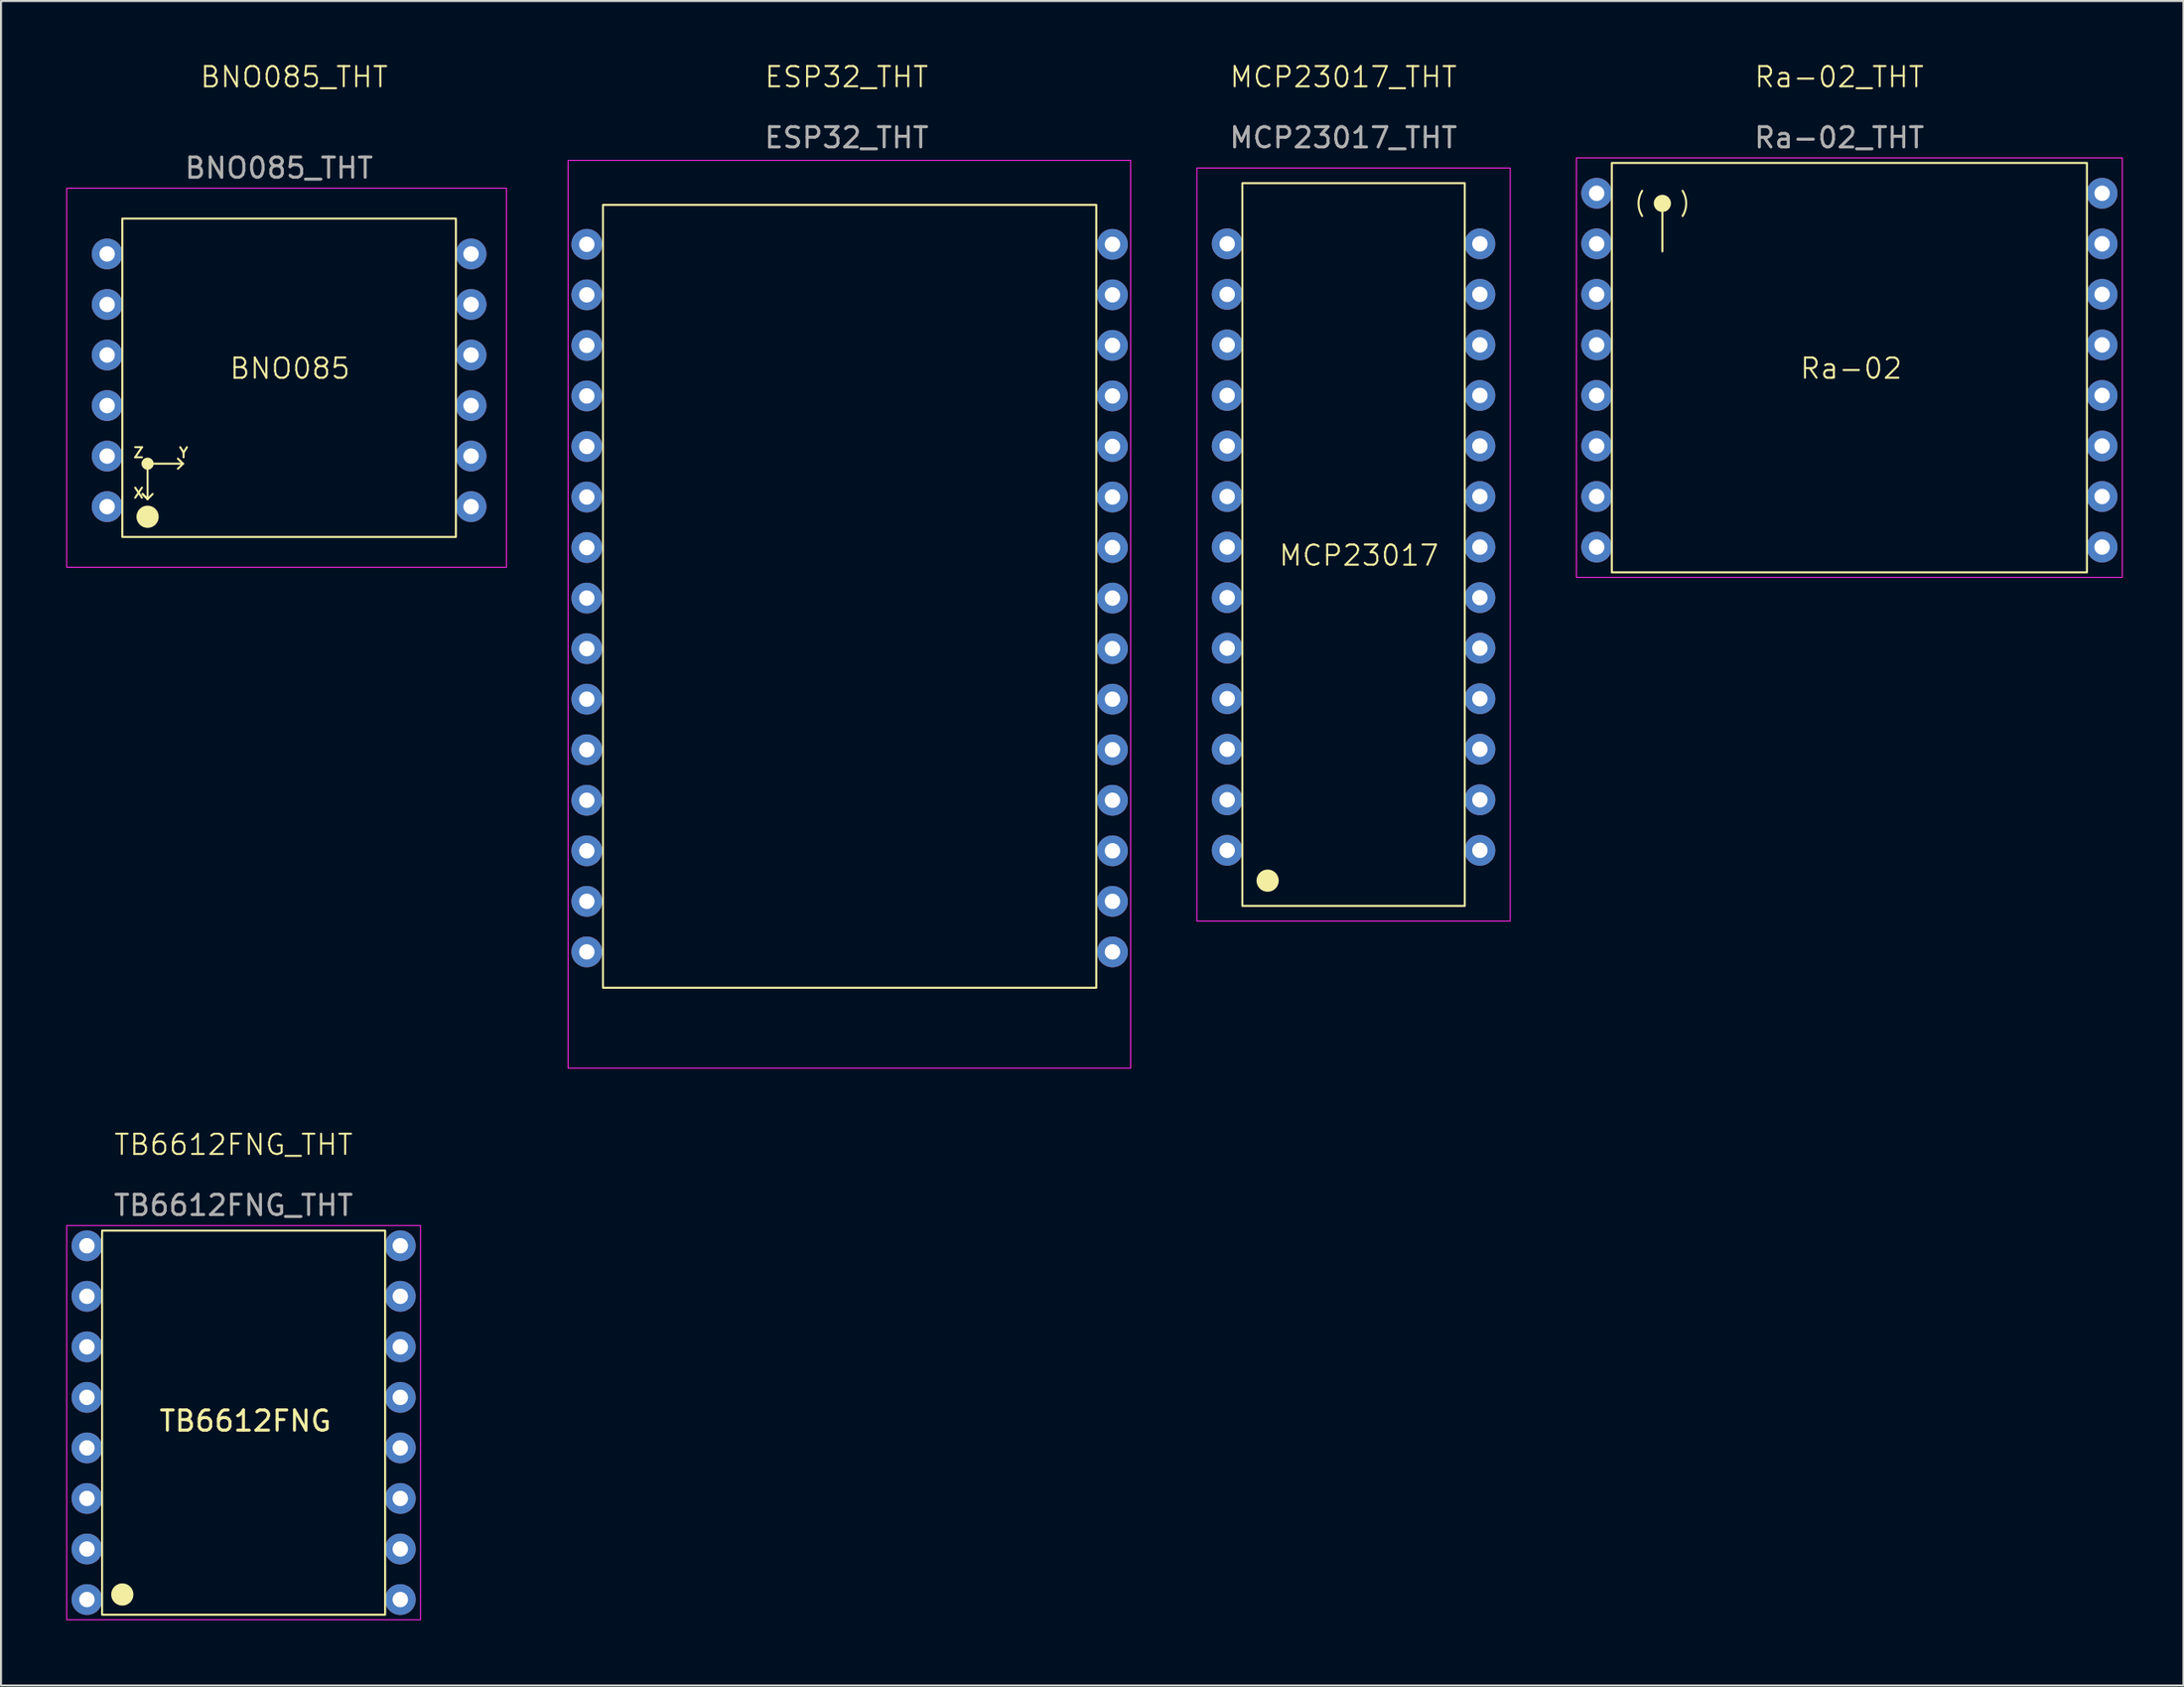
<source format=kicad_pcb>
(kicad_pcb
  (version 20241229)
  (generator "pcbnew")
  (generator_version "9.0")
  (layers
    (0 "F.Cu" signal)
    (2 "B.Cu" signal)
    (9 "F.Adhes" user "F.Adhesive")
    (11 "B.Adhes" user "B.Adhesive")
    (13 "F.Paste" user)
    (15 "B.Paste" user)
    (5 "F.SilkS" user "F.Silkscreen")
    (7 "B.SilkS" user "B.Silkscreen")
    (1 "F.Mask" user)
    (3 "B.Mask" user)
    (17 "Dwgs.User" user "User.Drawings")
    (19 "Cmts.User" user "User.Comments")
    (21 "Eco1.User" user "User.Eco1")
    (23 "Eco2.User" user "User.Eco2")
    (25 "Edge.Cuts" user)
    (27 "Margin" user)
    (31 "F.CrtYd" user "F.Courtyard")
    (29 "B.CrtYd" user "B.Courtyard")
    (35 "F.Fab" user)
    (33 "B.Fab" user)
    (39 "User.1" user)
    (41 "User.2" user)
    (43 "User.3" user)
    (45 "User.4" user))
  (footprint "ESP32_THT"
    (layer "F.Cu")
    (at 25.975 44.035)
    (property "Reference" "ESP32_THT" (at 12.85 -43.275 0) (unlocked yes) (layer "F.SilkS") (effects (font (size 1 1) (thickness 0.1))))
    (attr through_hole)
    (fp_rect (start 0.8 -36.95) (end 25.2 1.775) (stroke (width 0.1) (type default)) (fill no) (layer "F.SilkS"))
    (fp_rect (start -0.925 -39.15) (end 26.9 5.75) (stroke (width 0.05) (type default)) (fill no) (layer "F.CrtYd"))
    (fp_text user "${REFERENCE}" (at 12.85 -40.275 0) (unlocked yes) (layer "F.Fab") (effects (font (size 1 1) (thickness 0.15))))
    (pad "1" thru_hole circle (at 0 0) (size 1.524 1.524) (drill 0.762) (layers "*.Cu" "*.Mask"))
    (pad "2" thru_hole circle (at 0 -2.5) (size 1.524 1.524) (drill 0.762) (layers "*.Cu" "*.Mask"))
    (pad "3" thru_hole circle (at 0 -5) (size 1.524 1.524) (drill 0.762) (layers "*.Cu" "*.Mask"))
    (pad "4" thru_hole circle (at 0 -7.5) (size 1.524 1.524) (drill 0.762) (layers "*.Cu" "*.Mask"))
    (pad "5" thru_hole circle (at 0 -10) (size 1.524 1.524) (drill 0.762) (layers "*.Cu" "*.Mask"))
    (pad "6" thru_hole circle (at 0 -12.5) (size 1.524 1.524) (drill 0.762) (layers "*.Cu" "*.Mask"))
    (pad "7" thru_hole circle (at 0 -15) (size 1.524 1.524) (drill 0.762) (layers "*.Cu" "*.Mask"))
    (pad "8" thru_hole circle (at 0 -17.5) (size 1.524 1.524) (drill 0.762) (layers "*.Cu" "*.Mask"))
    (pad "9" thru_hole circle (at 0 -20) (size 1.524 1.524) (drill 0.762) (layers "*.Cu" "*.Mask"))
    (pad "10" thru_hole circle (at 0 -22.5) (size 1.524 1.524) (drill 0.762) (layers "*.Cu" "*.Mask"))
    (pad "11" thru_hole circle (at 0 -25) (size 1.524 1.524) (drill 0.762) (layers "*.Cu" "*.Mask"))
    (pad "12" thru_hole circle (at 0 -27.5) (size 1.524 1.524) (drill 0.762) (layers "*.Cu" "*.Mask"))
    (pad "13" thru_hole circle (at 0 -30) (size 1.524 1.524) (drill 0.762) (layers "*.Cu" "*.Mask"))
    (pad "14" thru_hole circle (at 0 -32.5) (size 1.524 1.524) (drill 0.762) (layers "*.Cu" "*.Mask"))
    (pad "15" thru_hole circle (at 0 -35) (size 1.524 1.524) (drill 0.762) (layers "*.Cu" "*.Mask"))
    (pad "16" thru_hole circle (at 26 -35) (size 1.524 1.524) (drill 0.762) (layers "*.Cu" "*.Mask"))
    (pad "17" thru_hole circle (at 26 -32.5) (size 1.524 1.524) (drill 0.762) (layers "*.Cu" "*.Mask"))
    (pad "18" thru_hole circle (at 26 -30) (size 1.524 1.524) (drill 0.762) (layers "*.Cu" "*.Mask"))
    (pad "19" thru_hole circle (at 26 -27.5) (size 1.524 1.524) (drill 0.762) (layers "*.Cu" "*.Mask"))
    (pad "20" thru_hole circle (at 26 -25) (size 1.524 1.524) (drill 0.762) (layers "*.Cu" "*.Mask"))
    (pad "21" thru_hole circle (at 26 -22.5) (size 1.524 1.524) (drill 0.762) (layers "*.Cu" "*.Mask"))
    (pad "22" thru_hole circle (at 26 -20) (size 1.524 1.524) (drill 0.762) (layers "*.Cu" "*.Mask"))
    (pad "23" thru_hole circle (at 26 -17.5) (size 1.524 1.524) (drill 0.762) (layers "*.Cu" "*.Mask"))
    (pad "24" thru_hole circle (at 26 -15) (size 1.524 1.524) (drill 0.762) (layers "*.Cu" "*.Mask"))
    (pad "25" thru_hole circle (at 26 -12.5) (size 1.524 1.524) (drill 0.762) (layers "*.Cu" "*.Mask"))
    (pad "26" thru_hole circle (at 26 -10) (size 1.524 1.524) (drill 0.762) (layers "*.Cu" "*.Mask"))
    (pad "27" thru_hole circle (at 26 -7.5) (size 1.524 1.524) (drill 0.762) (layers "*.Cu" "*.Mask"))
    (pad "28" thru_hole circle (at 26 -5) (size 1.524 1.524) (drill 0.762) (layers "*.Cu" "*.Mask"))
    (pad "29" thru_hole circle (at 26 -2.5) (size 1.524 1.524) (drill 0.762) (layers "*.Cu" "*.Mask"))
    (pad "30" thru_hole circle (at 26 0) (size 1.524 1.524) (drill 0.762) (layers "*.Cu" "*.Mask")))
  (footprint "MCP23017_THT"
    (layer "F.Cu")
    (at 56.15 42.511)
    (property "Reference" "MCP23017_THT" (at 7.25 -41.75 0) (unlocked yes) (layer "F.SilkS") (effects (font (size 1 1) (thickness 0.1))))
    (attr through_hole)
    (fp_rect (start 2.25 -36.5) (end 13.25 -0.75) (stroke (width 0.1) (type default)) (fill no) (layer "F.SilkS"))
    (fp_circle (center 3.5 -2) (end 4 -2) (stroke (width 0.1) (type solid)) (fill yes) (layer "F.SilkS"))
    (fp_rect (start 0 -37.25) (end 15.5 0) (stroke (width 0.05) (type default)) (fill no) (layer "F.CrtYd"))
    (fp_text user "MCP23017" (at 4 -17.5 0) (unlocked yes) (layer "F.SilkS") (effects (font (size 1 1) (thickness 0.1)) (justify left bottom)))
    (fp_text user "${REFERENCE}" (at 7.25 -38.75 0) (unlocked yes) (layer "F.Fab") (effects (font (size 1 1) (thickness 0.15))))
    (pad "1" thru_hole circle (at 1.5 -3.5) (size 1.524 1.524) (drill 0.762) (layers "*.Cu" "*.Mask"))
    (pad "2" thru_hole circle (at 1.5 -6) (size 1.524 1.524) (drill 0.762) (layers "*.Cu" "*.Mask"))
    (pad "3" thru_hole circle (at 1.5 -8.5) (size 1.524 1.524) (drill 0.762) (layers "*.Cu" "*.Mask"))
    (pad "4" thru_hole circle (at 1.5 -11) (size 1.524 1.524) (drill 0.762) (layers "*.Cu" "*.Mask"))
    (pad "5" thru_hole circle (at 1.5 -13.5) (size 1.524 1.524) (drill 0.762) (layers "*.Cu" "*.Mask"))
    (pad "6" thru_hole circle (at 1.5 -16) (size 1.524 1.524) (drill 0.762) (layers "*.Cu" "*.Mask"))
    (pad "7" thru_hole circle (at 1.5 -18.5) (size 1.524 1.524) (drill 0.762) (layers "*.Cu" "*.Mask"))
    (pad "8" thru_hole circle (at 1.5 -21) (size 1.524 1.524) (drill 0.762) (layers "*.Cu" "*.Mask"))
    (pad "9" thru_hole circle (at 1.5 -23.5) (size 1.524 1.524) (drill 0.762) (layers "*.Cu" "*.Mask"))
    (pad "10" thru_hole circle (at 1.5 -26) (size 1.524 1.524) (drill 0.762) (layers "*.Cu" "*.Mask"))
    (pad "11" thru_hole circle (at 1.5 -28.5) (size 1.524 1.524) (drill 0.762) (layers "*.Cu" "*.Mask"))
    (pad "12" thru_hole circle (at 1.5 -31) (size 1.524 1.524) (drill 0.762) (layers "*.Cu" "*.Mask"))
    (pad "13" thru_hole circle (at 1.5 -33.5) (size 1.524 1.524) (drill 0.762) (layers "*.Cu" "*.Mask"))
    (pad "14" thru_hole circle (at 14 -33.5) (size 1.524 1.524) (drill 0.762) (layers "*.Cu" "*.Mask"))
    (pad "15" thru_hole circle (at 14 -31) (size 1.524 1.524) (drill 0.762) (layers "*.Cu" "*.Mask"))
    (pad "16" thru_hole circle (at 14 -28.5) (size 1.524 1.524) (drill 0.762) (layers "*.Cu" "*.Mask"))
    (pad "17" thru_hole circle (at 14 -26) (size 1.524 1.524) (drill 0.762) (layers "*.Cu" "*.Mask"))
    (pad "18" thru_hole circle (at 14 -23.5) (size 1.524 1.524) (drill 0.762) (layers "*.Cu" "*.Mask"))
    (pad "19" thru_hole circle (at 14 -21) (size 1.524 1.524) (drill 0.762) (layers "*.Cu" "*.Mask"))
    (pad "20" thru_hole circle (at 14 -18.5) (size 1.524 1.524) (drill 0.762) (layers "*.Cu" "*.Mask"))
    (pad "21" thru_hole circle (at 14 -16) (size 1.524 1.524) (drill 0.762) (layers "*.Cu" "*.Mask"))
    (pad "22" thru_hole circle (at 14 -13.5) (size 1.524 1.524) (drill 0.762) (layers "*.Cu" "*.Mask"))
    (pad "23" thru_hole circle (at 14 -11) (size 1.524 1.524) (drill 0.762) (layers "*.Cu" "*.Mask"))
    (pad "24" thru_hole circle (at 14 -8.5) (size 1.524 1.524) (drill 0.762) (layers "*.Cu" "*.Mask"))
    (pad "25" thru_hole circle (at 14 -6) (size 1.524 1.524) (drill 0.762) (layers "*.Cu" "*.Mask"))
    (pad "26" thru_hole circle (at 14 -3.5) (size 1.524 1.524) (drill 0.762) (layers "*.Cu" "*.Mask")))
  (footprint "TB6612FNG_THT"
    (layer "F.Cu")
    (at 0.25 77.071)
    (property "Reference" "TB6612FNG_THT" (at 8.25 -23.5 0) (unlocked yes) (layer "F.SilkS") (effects (font (size 1 1) (thickness 0.1))))
    (attr through_hole)
    (fp_rect (start 1.75 -19.25) (end 15.75 -0.25) (stroke (width 0.1) (type default)) (fill no) (layer "F.SilkS"))
    (fp_circle (center 2.75 -1.25) (end 3.25 -1.25) (stroke (width 0.1) (type solid)) (fill yes) (layer "F.SilkS"))
    (fp_rect (start 0 -19.5) (end 17.5 0) (stroke (width 0.05) (type default)) (fill no) (layer "F.CrtYd"))
    (fp_text user "TB6612FNG" (at 4.5 -9.25 0) (unlocked yes) (layer "F.SilkS") (effects (font (size 1 1) (thickness 0.15)) (justify left bottom)))
    (fp_text user "${REFERENCE}" (at 8.25 -20.5 0) (unlocked yes) (layer "F.Fab") (effects (font (size 1 1) (thickness 0.15))))
    (pad "1" thru_hole circle (at 1 -1) (size 1.524 1.524) (drill 0.762) (layers "*.Cu" "*.Mask"))
    (pad "2" thru_hole circle (at 1 -3.5) (size 1.524 1.524) (drill 0.762) (layers "*.Cu" "*.Mask"))
    (pad "3" thru_hole circle (at 1 -6) (size 1.524 1.524) (drill 0.762) (layers "*.Cu" "*.Mask"))
    (pad "4" thru_hole circle (at 1 -8.5) (size 1.524 1.524) (drill 0.762) (layers "*.Cu" "*.Mask"))
    (pad "5" thru_hole circle (at 1 -11) (size 1.524 1.524) (drill 0.762) (layers "*.Cu" "*.Mask"))
    (pad "6" thru_hole circle (at 1 -13.5) (size 1.524 1.524) (drill 0.762) (layers "*.Cu" "*.Mask"))
    (pad "7" thru_hole circle (at 1 -16) (size 1.524 1.524) (drill 0.762) (layers "*.Cu" "*.Mask"))
    (pad "8" thru_hole circle (at 1 -18.5) (size 1.524 1.524) (drill 0.762) (layers "*.Cu" "*.Mask"))
    (pad "9" thru_hole circle (at 16.5 -18.5) (size 1.524 1.524) (drill 0.762) (layers "*.Cu" "*.Mask"))
    (pad "10" thru_hole circle (at 16.5 -16) (size 1.524 1.524) (drill 0.762) (layers "*.Cu" "*.Mask"))
    (pad "11" thru_hole circle (at 16.5 -13.5) (size 1.524 1.524) (drill 0.762) (layers "*.Cu" "*.Mask"))
    (pad "12" thru_hole circle (at 16.5 -11) (size 1.524 1.524) (drill 0.762) (layers "*.Cu" "*.Mask"))
    (pad "13" thru_hole circle (at 16.5 -8.5) (size 1.524 1.524) (drill 0.762) (layers "*.Cu" "*.Mask"))
    (pad "14" thru_hole circle (at 16.5 -6) (size 1.524 1.524) (drill 0.762) (layers "*.Cu" "*.Mask"))
    (pad "15" thru_hole circle (at 16.5 -3.5) (size 1.524 1.524) (drill 0.762) (layers "*.Cu" "*.Mask"))
    (pad "16" thru_hole circle (at 16.5 -1) (size 1.524 1.524) (drill 0.762) (layers "*.Cu" "*.Mask")))
  (footprint "BNO085_THT"
    (layer "F.Cu")
    (at 0.25 25.011)
    (property "Reference" "BNO085_THT" (at 11.25 -24.25 0) (unlocked yes) (layer "F.SilkS") (effects (font (size 1 1) (thickness 0.1))))
    (attr through_hole)
    (fp_line (start 3.75 -3.625) (end 4 -3.375) (stroke (width 0.1) (type default)) (layer "F.SilkS"))
    (fp_line (start 4 -5.125) (end 4 -3.375) (stroke (width 0.1) (type default)) (layer "F.SilkS"))
    (fp_line (start 4 -5.125) (end 5.75 -5.125) (stroke (width 0.1) (type default)) (layer "F.SilkS"))
    (fp_line (start 4 -3.375) (end 3.75 -3.625) (stroke (width 0.1) (type default)) (layer "F.SilkS"))
    (fp_line (start 4.25 -3.625) (end 4 -3.375) (stroke (width 0.1) (type default)) (layer "F.SilkS"))
    (fp_line (start 5.75 -5.125) (end 5.5 -5.375) (stroke (width 0.1) (type default)) (layer "F.SilkS"))
    (fp_line (start 5.75 -5.125) (end 5.5 -4.875) (stroke (width 0.1) (type default)) (layer "F.SilkS"))
    (fp_rect (start 2.75 -17.25) (end 19.25 -1.5) (stroke (width 0.1) (type default)) (fill no) (layer "F.SilkS"))
    (fp_circle (center 4 -5.125) (end 4.25 -5.125) (stroke (width 0.1) (type solid)) (fill yes) (layer "F.SilkS"))
    (fp_circle (center 4 -2.5) (end 4.5 -2.5) (stroke (width 0.1) (type solid)) (fill yes) (layer "F.SilkS"))
    (fp_rect (start 0 -18.75) (end 21.75 0) (stroke (width 0.05) (type default)) (fill no) (layer "F.CrtYd"))
    (fp_text user "Y" (at 5.5 -5.375 0) (unlocked yes) (layer "F.SilkS") (effects (font (size 0.5 0.5) (thickness 0.1)) (justify left bottom)))
    (fp_text user "Z" (at 3.25 -5.375 0) (unlocked yes) (layer "F.SilkS") (effects (font (size 0.5 0.5) (thickness 0.1)) (justify left bottom)))
    (fp_text user "BNO085" (at 8 -9.25 0) (unlocked yes) (layer "F.SilkS") (effects (font (size 1 1) (thickness 0.1)) (justify left bottom)))
    (fp_text user "X" (at 3.25 -3.375 0) (unlocked yes) (layer "F.SilkS") (effects (font (size 0.5 0.5) (thickness 0.1)) (justify left bottom)))
    (fp_text user "${REFERENCE}" (at 10.5 -19.75 0) (unlocked yes) (layer "F.Fab") (effects (font (size 1 1) (thickness 0.15))))
    (pad "1" thru_hole circle (at 2 -3) (size 1.524 1.524) (drill 0.762) (layers "*.Cu" "*.Mask"))
    (pad "2" thru_hole circle (at 2 -5.5) (size 1.524 1.524) (drill 0.762) (layers "*.Cu" "*.Mask"))
    (pad "3" thru_hole circle (at 2 -8) (size 1.524 1.524) (drill 0.762) (layers "*.Cu" "*.Mask"))
    (pad "4" thru_hole circle (at 2 -10.5) (size 1.524 1.524) (drill 0.762) (layers "*.Cu" "*.Mask"))
    (pad "5" thru_hole circle (at 2 -13) (size 1.524 1.524) (drill 0.762) (layers "*.Cu" "*.Mask"))
    (pad "6" thru_hole circle (at 2 -15.5) (size 1.524 1.524) (drill 0.762) (layers "*.Cu" "*.Mask"))
    (pad "7" thru_hole circle (at 20 -15.5) (size 1.524 1.524) (drill 0.762) (layers "*.Cu" "*.Mask"))
    (pad "8" thru_hole circle (at 20 -13) (size 1.524 1.524) (drill 0.762) (layers "*.Cu" "*.Mask"))
    (pad "9" thru_hole circle (at 20 -10.5) (size 1.524 1.524) (drill 0.762) (layers "*.Cu" "*.Mask"))
    (pad "10" thru_hole circle (at 20 -8) (size 1.524 1.524) (drill 0.762) (layers "*.Cu" "*.Mask"))
    (pad "11" thru_hole circle (at 20 -5.5) (size 1.524 1.524) (drill 0.762) (layers "*.Cu" "*.Mask"))
    (pad "12" thru_hole circle (at 20 -3) (size 1.524 1.524) (drill 0.762) (layers "*.Cu" "*.Mask")))
  (footprint "Ra-02_THT"
    (layer "F.Cu")
    (at 74.925 25.511)
    (property "Reference" "Ra-02_THT" (at 13 -24.75 0) (unlocked yes) (layer "F.SilkS") (effects (font (size 1 1) (thickness 0.1))))
    (attr through_hole)
    (fp_line (start 4.25 -16.125) (end 4.25 -18.5) (stroke (width 0.1) (type default)) (layer "F.SilkS"))
    (fp_rect (start 1.75 -20.5) (end 25.25 -0.25) (stroke (width 0.1) (type default)) (fill no) (layer "F.SilkS"))
    (fp_arc (start 3.250001 -17.875) (mid 3.070753 -18.5) (end 3.250001 -19.125) (stroke (width 0.1) (type default)) (layer "F.SilkS"))
    (fp_arc (start 5.249999 -19.125) (mid 5.429247 -18.5) (end 5.249999 -17.875) (stroke (width 0.1) (type default)) (layer "F.SilkS"))
    (fp_circle (center 4.25 -18.5) (end 4.625 -18.5) (stroke (width 0.1) (type solid)) (fill yes) (layer "F.SilkS"))
    (fp_rect (start 0 -20.75) (end 27 0) (stroke (width 0.05) (type default)) (fill no) (layer "F.CrtYd"))
    (fp_text user "Ra-02" (at 11 -9.75 0) (unlocked yes) (layer "F.SilkS") (effects (font (size 1 1) (thickness 0.1)) (justify left bottom)))
    (fp_text user "${REFERENCE}" (at 13 -21.75 0) (unlocked yes) (layer "F.Fab") (effects (font (size 1 1) (thickness 0.15))))
    (pad "1" thru_hole circle (at 1 -1.5) (size 1.524 1.524) (drill 0.762) (layers "*.Cu" "*.Mask"))
    (pad "2" thru_hole circle (at 1 -4) (size 1.524 1.524) (drill 0.762) (layers "*.Cu" "*.Mask"))
    (pad "3" thru_hole circle (at 1 -6.5) (size 1.524 1.524) (drill 0.762) (layers "*.Cu" "*.Mask"))
    (pad "4" thru_hole circle (at 1 -9) (size 1.524 1.524) (drill 0.762) (layers "*.Cu" "*.Mask"))
    (pad "5" thru_hole circle (at 1 -11.5) (size 1.524 1.524) (drill 0.762) (layers "*.Cu" "*.Mask"))
    (pad "6" thru_hole circle (at 1 -14) (size 1.524 1.524) (drill 0.762) (layers "*.Cu" "*.Mask"))
    (pad "7" thru_hole circle (at 1 -16.5) (size 1.524 1.524) (drill 0.762) (layers "*.Cu" "*.Mask"))
    (pad "8" thru_hole circle (at 1 -19) (size 1.524 1.524) (drill 0.762) (layers "*.Cu" "*.Mask"))
    (pad "9" thru_hole circle (at 26 -19) (size 1.524 1.524) (drill 0.762) (layers "*.Cu" "*.Mask"))
    (pad "10" thru_hole circle (at 26 -16.5) (size 1.524 1.524) (drill 0.762) (layers "*.Cu" "*.Mask"))
    (pad "11" thru_hole circle (at 26 -14) (size 1.524 1.524) (drill 0.762) (layers "*.Cu" "*.Mask"))
    (pad "12" thru_hole circle (at 26 -11.5) (size 1.524 1.524) (drill 0.762) (layers "*.Cu" "*.Mask"))
    (pad "13" thru_hole circle (at 26 -9) (size 1.524 1.524) (drill 0.762) (layers "*.Cu" "*.Mask"))
    (pad "14" thru_hole circle (at 26 -6.5) (size 1.524 1.524) (drill 0.762) (layers "*.Cu" "*.Mask"))
    (pad "15" thru_hole circle (at 26 -4) (size 1.524 1.524) (drill 0.762) (layers "*.Cu" "*.Mask"))
    (pad "16" thru_hole circle (at 26 -1.5) (size 1.524 1.524) (drill 0.762) (layers "*.Cu" "*.Mask")))
  (gr_rect
    (start -3 -3)
    (end 104.95 80.321)
    (stroke (width 0.1) (type default))
    (fill no)
    (layer "Edge.Cuts")))
</source>
